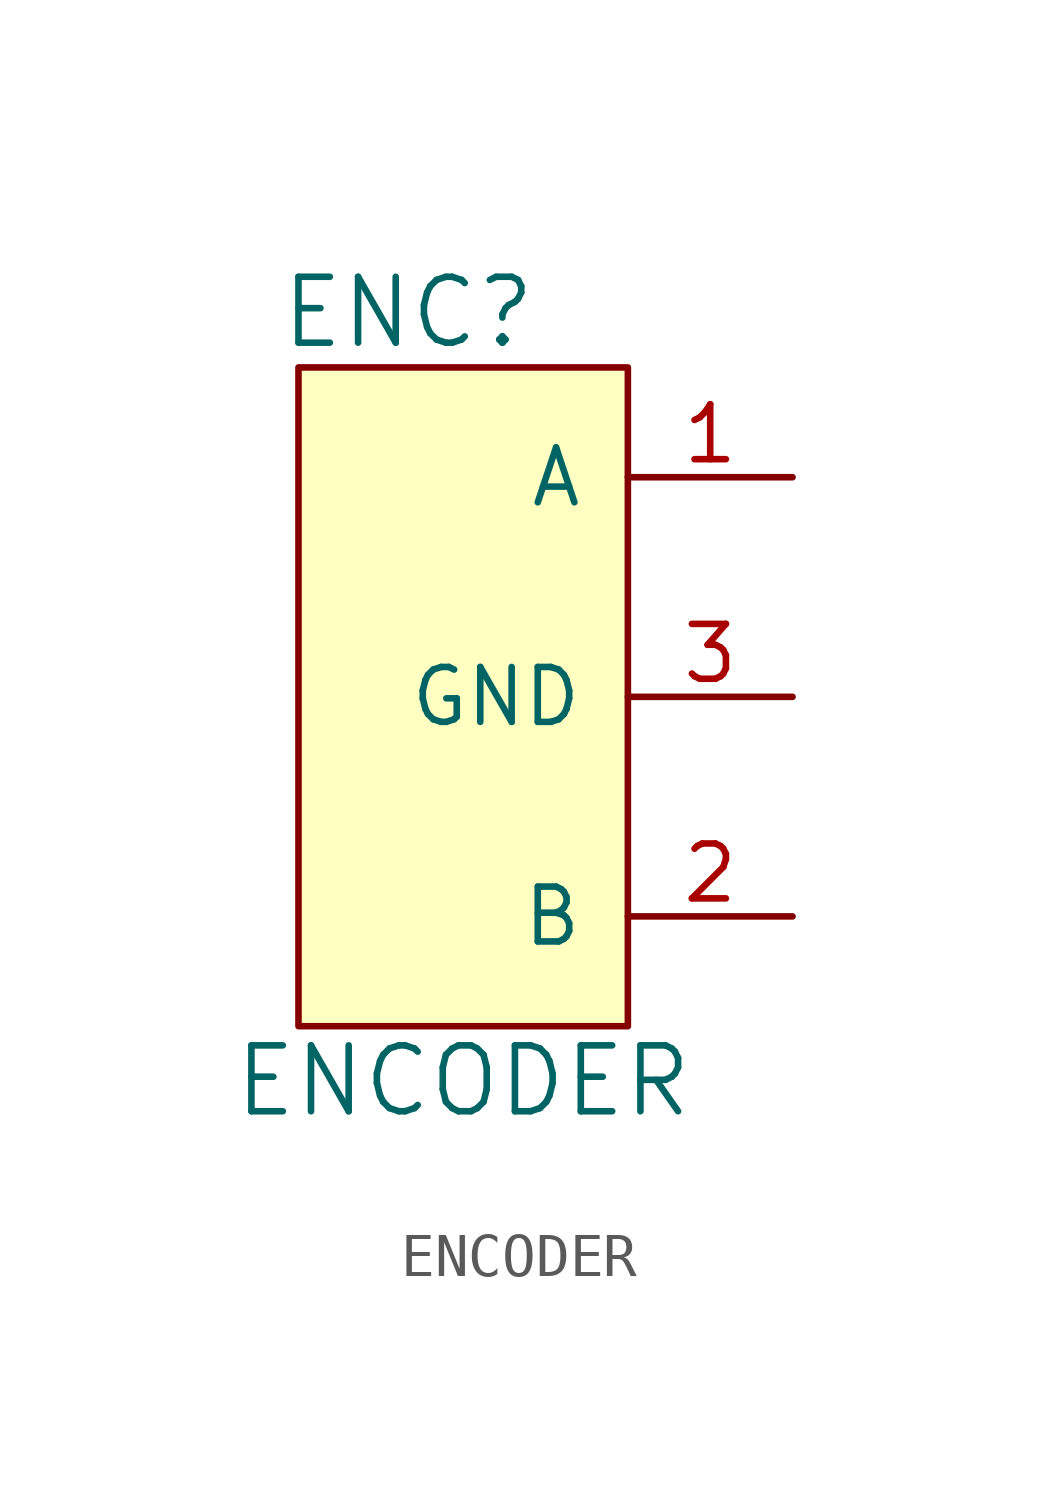
<source format=kicad_sym>
(kicad_symbol_lib
  (version 20211014)
  (generator kicad_symbol_editor)
  (symbol "ENCODER"
    (pin_names
      (offset 1.016))
    (property "Reference" "ENC"
      (at -1.27 8.89 0)
      (effects (font (size 1.524 1.524))))
    (property "Value" "ENCODER"
      (at 0 -8.89 0)
      (effects (font (size 1.524 1.524))))
    (property "Footprint" ""
      (at 0 0 0)
      (effects (font (size 1.524 1.524))))
    (property "Datasheet" ""
      (at 0 0 0)
      (effects (font (size 1.524 1.524))))
    (symbol "ENCODER_0_1"
      (rectangle (start 3.81 -7.62) (end -3.81 7.62) (stroke (width 0) (type default) (color 0 0 0 0)) (fill (type background))))
    (symbol "ENCODER_1_1"
      (pin open_collector line (at 7.62 5.08 180) (length 3.81) (name "A" (effects (font (size 1.27 1.27)))) (number "1" (effects (font (size 1.27 1.27)))))
      (pin open_collector line (at 7.62 -5.08 180) (length 3.81) (name "B" (effects (font (size 1.27 1.27)))) (number "2" (effects (font (size 1.27 1.27)))))
      (pin power_in line (at 7.62 0 180) (length 3.81) (name "GND" (effects (font (size 1.27 1.27)))) (number "3" (effects (font (size 1.27 1.27))))))))
</source>
